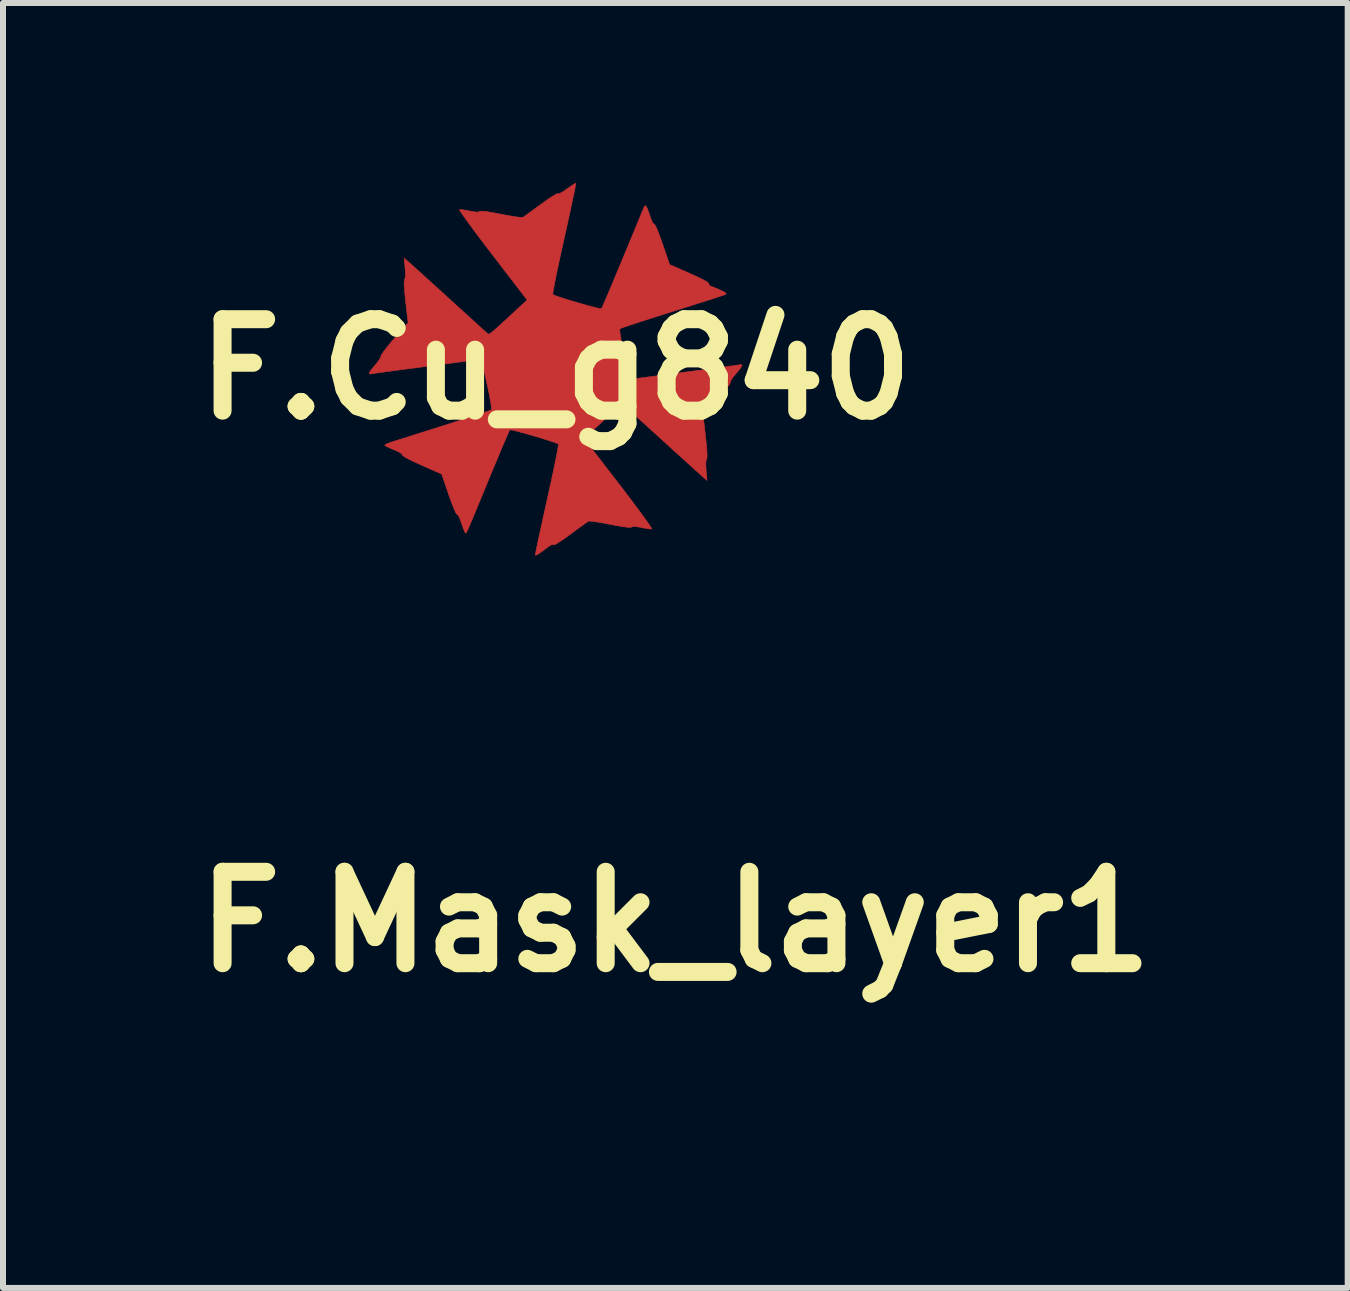
<source format=kicad_pcb>
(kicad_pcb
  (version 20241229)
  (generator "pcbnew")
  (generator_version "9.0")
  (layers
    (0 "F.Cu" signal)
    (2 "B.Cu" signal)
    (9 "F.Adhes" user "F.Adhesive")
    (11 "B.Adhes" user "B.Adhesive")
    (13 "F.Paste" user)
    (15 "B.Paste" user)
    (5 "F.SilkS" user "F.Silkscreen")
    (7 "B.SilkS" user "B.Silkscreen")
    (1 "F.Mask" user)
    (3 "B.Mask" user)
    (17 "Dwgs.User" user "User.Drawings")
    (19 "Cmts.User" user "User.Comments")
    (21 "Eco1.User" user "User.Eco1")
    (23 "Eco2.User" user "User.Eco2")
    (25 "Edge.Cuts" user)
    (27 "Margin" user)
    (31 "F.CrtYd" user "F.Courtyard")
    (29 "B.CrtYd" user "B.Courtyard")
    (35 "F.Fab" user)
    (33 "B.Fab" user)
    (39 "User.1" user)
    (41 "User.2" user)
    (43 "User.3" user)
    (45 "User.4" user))
  (footprint "F.Mask_layer1"
    (layer "F.Cu")
    (at 8.208 12.317)
    (property "Reference" "F.Mask_layer1" (at 0 0 0) (layer "F.SilkS") (effects (font (size 1.524 1.524) (thickness 0.3))))
    (attr through_hole)
    (fp_poly (pts (xy 0.335 -3.091) (xy 0.331 -3.064) (xy 0.323 -3.018) (xy 0.309 -2.948) (xy 0.289 -2.854) (xy 0.263 -2.731) (xy 0.23 -2.578) (xy 0.189 -2.392) (xy 0.14 -2.169) (xy 0.086 -1.926) (xy 0.051 -1.764) (xy 0.02 -1.616) (xy -0.007 -1.485) (xy -0.027 -1.379) (xy -0.041 -1.3) (xy -0.047 -1.255) (xy -0.046 -1.246) (xy -0.018 -1.233) (xy 0.042 -1.211) (xy 0.126 -1.183) (xy 0.226 -1.152) (xy 0.336 -1.119) (xy 0.447 -1.087) (xy 0.553 -1.057) (xy 0.644 -1.033) (xy 0.715 -1.016) (xy 0.756 -1.009) (xy 0.764 -1.009) (xy 0.776 -1.033) (xy 0.803 -1.094) (xy 0.845 -1.191) (xy 0.901 -1.322) (xy 0.97 -1.487) (xy 1.052 -1.682) (xy 1.145 -1.906) (xy 1.25 -2.159) (xy 1.365 -2.437) (xy 1.475 -2.704) (xy 1.491 -2.727) (xy 1.508 -2.72) (xy 1.529 -2.679) (xy 1.557 -2.601) (xy 1.567 -2.571) (xy 1.596 -2.488) (xy 1.621 -2.437) (xy 1.64 -2.421) (xy 1.641 -2.421) (xy 1.657 -2.405) (xy 1.684 -2.351) (xy 1.72 -2.262) (xy 1.765 -2.139) (xy 1.783 -2.088) (xy 1.899 -1.746) (xy 2.231 -1.6) (xy 2.37 -1.537) (xy 2.47 -1.487) (xy 2.531 -1.452) (xy 2.553 -1.429) (xy 2.553 -1.426) (xy 2.561 -1.4) (xy 2.586 -1.385) (xy 2.628 -1.37) (xy 2.693 -1.343) (xy 2.748 -1.319) (xy 2.814 -1.287) (xy 2.842 -1.265) (xy 2.836 -1.25) (xy 2.836 -1.25) (xy 2.809 -1.24) (xy 2.747 -1.219) (xy 2.653 -1.188) (xy 2.532 -1.149) (xy 2.387 -1.103) (xy 2.224 -1.051) (xy 2.047 -0.995) (xy 1.947 -0.963) (xy 1.765 -0.906) (xy 1.594 -0.851) (xy 1.441 -0.802) (xy 1.308 -0.759) (xy 1.201 -0.723) (xy 1.123 -0.696) (xy 1.079 -0.68) (xy 1.071 -0.676) (xy 1.069 -0.649) (xy 1.076 -0.586) (xy 1.092 -0.491) (xy 1.116 -0.369) (xy 1.143 -0.243) (xy 1.235 0.172) (xy 1.311 0.16) (xy 1.348 0.155) (xy 1.423 0.144) (xy 1.529 0.13) (xy 1.662 0.113) (xy 1.817 0.092) (xy 1.988 0.07) (xy 2.171 0.046) (xy 2.201 0.042) (xy 2.384 0.018) (xy 2.555 -0.004) (xy 2.709 -0.025) (xy 2.842 -0.043) (xy 2.948 -0.057) (xy 3.022 -0.068) (xy 3.061 -0.074) (xy 3.064 -0.075) (xy 3.098 -0.078) (xy 3.107 -0.065) (xy 3.091 -0.032) (xy 3.046 0.025) (xy 3.006 0.071) (xy 2.957 0.132) (xy 2.923 0.184) (xy 2.911 0.216) (xy 2.912 0.219) (xy 2.902 0.243) (xy 2.868 0.293) (xy 2.815 0.362) (xy 2.747 0.446) (xy 2.691 0.511) (xy 2.459 0.775) (xy 2.499 1.122) (xy 2.514 1.268) (xy 2.523 1.376) (xy 2.525 1.449) (xy 2.52 1.488) (xy 2.516 1.495) (xy 2.505 1.535) (xy 2.504 1.611) (xy 2.509 1.687) (xy 2.524 1.852) (xy 2.475 1.81) (xy 2.448 1.786) (xy 2.394 1.738) (xy 2.317 1.668) (xy 2.219 1.579) (xy 2.104 1.475) (xy 1.977 1.36) (xy 1.841 1.236) (xy 1.811 1.208) (xy 1.673 1.083) (xy 1.544 0.966) (xy 1.427 0.86) (xy 1.326 0.768) (xy 1.245 0.694) (xy 1.186 0.641) (xy 1.155 0.612) (xy 1.152 0.609) (xy 1.14 0.598) (xy 1.129 0.589) (xy 1.117 0.587) (xy 1.1 0.592) (xy 1.074 0.609) (xy 1.037 0.639) (xy 0.983 0.685) (xy 0.911 0.75) (xy 0.817 0.837) (xy 0.697 0.948) (xy 0.602 1.037) (xy 0.473 1.156) (xy 1.051 1.906) (xy 1.17 2.061) (xy 1.279 2.205) (xy 1.376 2.336) (xy 1.46 2.449) (xy 1.526 2.542) (xy 1.573 2.61) (xy 1.599 2.651) (xy 1.602 2.662) (xy 1.569 2.661) (xy 1.508 2.652) (xy 1.432 2.638) (xy 1.428 2.637) (xy 1.341 2.622) (xy 1.289 2.62) (xy 1.267 2.63) (xy 1.244 2.636) (xy 1.187 2.632) (xy 1.094 2.619) (xy 0.963 2.595) (xy 0.912 2.585) (xy 0.796 2.563) (xy 0.694 2.546) (xy 0.612 2.535) (xy 0.56 2.531) (xy 0.545 2.533) (xy 0.519 2.55) (xy 0.467 2.588) (xy 0.392 2.642) (xy 0.303 2.707) (xy 0.245 2.75) (xy 0.14 2.826) (xy 0.056 2.882) (xy -0.003 2.917) (xy -0.034 2.928) (xy -0.037 2.925) (xy -0.058 2.919) (xy -0.104 2.945) (xy -0.124 2.959) (xy -0.217 3.029) (xy -0.285 3.076) (xy -0.327 3.099) (xy -0.339 3.097) (xy -0.335 3.076) (xy -0.326 3.027) (xy -0.31 2.949) (xy -0.287 2.839) (xy -0.256 2.697) (xy -0.217 2.519) (xy -0.17 2.305) (xy -0.114 2.052) (xy -0.086 1.926) (xy -0.051 1.764) (xy -0.02 1.616) (xy 0.007 1.485) (xy 0.027 1.379) (xy 0.041 1.3) (xy 0.047 1.255) (xy 0.046 1.246) (xy 0.018 1.232) (xy -0.042 1.211) (xy -0.126 1.183) (xy -0.227 1.151) (xy -0.336 1.118) (xy -0.448 1.086) (xy -0.553 1.057) (xy -0.644 1.032) (xy -0.714 1.015) (xy -0.756 1.008) (xy -0.763 1.009) (xy -0.775 1.032) (xy -0.801 1.09) (xy -0.839 1.177) (xy -0.888 1.29) (xy -0.944 1.424) (xy -1.007 1.575) (xy -1.065 1.714) (xy -1.158 1.94) (xy -1.236 2.129) (xy -1.301 2.285) (xy -1.353 2.412) (xy -1.395 2.512) (xy -1.427 2.588) (xy -1.452 2.644) (xy -1.469 2.684) (xy -1.482 2.708) (xy -1.49 2.723) (xy -1.495 2.729) (xy -1.499 2.73) (xy -1.501 2.731) (xy -1.514 2.712) (xy -1.535 2.662) (xy -1.56 2.591) (xy -1.567 2.571) (xy -1.595 2.491) (xy -1.62 2.439) (xy -1.639 2.42) (xy -1.641 2.421) (xy -1.656 2.405) (xy -1.682 2.352) (xy -1.717 2.266) (xy -1.76 2.151) (xy -1.782 2.088) (xy -1.899 1.746) (xy -2.231 1.6) (xy -2.358 1.542) (xy -2.456 1.494) (xy -2.522 1.457) (xy -2.552 1.433) (xy -2.553 1.428) (xy -2.567 1.407) (xy -2.615 1.377) (xy -2.691 1.343) (xy -2.763 1.312) (xy -2.819 1.286) (xy -2.847 1.269) (xy -2.849 1.267) (xy -2.835 1.253) (xy -2.791 1.233) (xy -2.726 1.21) (xy -2.539 1.152) (xy -2.347 1.091) (xy -2.154 1.03) (xy -1.963 0.97) (xy -1.781 0.912) (xy -1.61 0.856) (xy -1.455 0.806) (xy -1.32 0.762) (xy -1.21 0.726) (xy -1.129 0.698) (xy -1.082 0.681) (xy -1.071 0.676) (xy -1.069 0.649) (xy -1.076 0.586) (xy -1.092 0.491) (xy -1.116 0.369) (xy -1.143 0.243) (xy -1.235 -0.172) (xy -1.311 -0.16) (xy -1.348 -0.155) (xy -1.423 -0.144) (xy -1.529 -0.13) (xy -1.662 -0.113) (xy -1.817 -0.092) (xy -1.988 -0.07) (xy -2.171 -0.046) (xy -2.201 -0.042) (xy -2.384 -0.018) (xy -2.555 0.004) (xy -2.709 0.025) (xy -2.842 0.043) (xy -2.948 0.057) (xy -3.022 0.068) (xy -3.061 0.074) (xy -3.064 0.075) (xy -3.098 0.078) (xy -3.107 0.065) (xy -3.091 0.032) (xy -3.046 -0.025) (xy -3.006 -0.071) (xy -2.957 -0.132) (xy -2.923 -0.184) (xy -2.911 -0.216) (xy -2.912 -0.219) (xy -2.902 -0.243) (xy -2.868 -0.293) (xy -2.815 -0.362) (xy -2.747 -0.446) (xy -2.691 -0.511) (xy -2.459 -0.775) (xy -2.499 -1.122) (xy -2.514 -1.268) (xy -2.523 -1.376) (xy -2.525 -1.449) (xy -2.52 -1.488) (xy -2.516 -1.495) (xy -2.505 -1.535) (xy -2.504 -1.611) (xy -2.509 -1.687) (xy -2.524 -1.852) (xy -2.475 -1.81) (xy -2.448 -1.786) (xy -2.394 -1.738) (xy -2.316 -1.668) (xy -2.218 -1.579) (xy -2.104 -1.475) (xy -1.977 -1.36) (xy -1.84 -1.236) (xy -1.81 -1.208) (xy -1.673 -1.083) (xy -1.544 -0.966) (xy -1.427 -0.86) (xy -1.326 -0.768) (xy -1.245 -0.694) (xy -1.186 -0.641) (xy -1.155 -0.612) (xy -1.152 -0.61) (xy -1.14 -0.598) (xy -1.129 -0.589) (xy -1.117 -0.587) (xy -1.1 -0.592) (xy -1.075 -0.609) (xy -1.037 -0.639) (xy -0.984 -0.685) (xy -0.912 -0.75) (xy -0.818 -0.837) (xy -0.698 -0.947) (xy -0.602 -1.037) (xy -0.473 -1.155) (xy -1.05 -1.906) (xy -1.169 -2.061) (xy -1.278 -2.205) (xy -1.375 -2.336) (xy -1.458 -2.449) (xy -1.525 -2.542) (xy -1.572 -2.61) (xy -1.598 -2.651) (xy -1.601 -2.662) (xy -1.569 -2.661) (xy -1.508 -2.653) (xy -1.432 -2.638) (xy -1.428 -2.637) (xy -1.341 -2.622) (xy -1.289 -2.62) (xy -1.267 -2.63) (xy -1.244 -2.636) (xy -1.187 -2.632) (xy -1.094 -2.619) (xy -0.963 -2.595) (xy -0.912 -2.585) (xy -0.796 -2.563) (xy -0.694 -2.546) (xy -0.612 -2.535) (xy -0.56 -2.531) (xy -0.545 -2.532) (xy -0.519 -2.55) (xy -0.467 -2.588) (xy -0.392 -2.642) (xy -0.304 -2.707) (xy -0.245 -2.75) (xy -0.148 -2.819) (xy -0.066 -2.874) (xy -0.005 -2.912) (xy 0.03 -2.928) (xy 0.037 -2.926) (xy 0.057 -2.925) (xy 0.104 -2.949) (xy 0.172 -2.994) (xy 0.187 -3.005) (xy 0.252 -3.051) (xy 0.303 -3.085) (xy 0.332 -3.101) (xy 0.335 -3.101) (xy 0.335 -3.091)) (stroke (width 0.01) (type solid)) (fill yes) (layer "F.Mask")))
  (footprint "F.Cu_g840"
    (layer "F.Cu")
    (at 6.212 3.106)
    (property "Reference" "F.Cu_g840" (at 0 0 0) (layer "F.SilkS") (effects (font (size 1.524 1.524) (thickness 0.3))))
    (attr through_hole)
    (fp_poly (pts (xy 0.335 -3.091) (xy 0.331 -3.064) (xy 0.323 -3.018) (xy 0.309 -2.948) (xy 0.289 -2.854) (xy 0.263 -2.731) (xy 0.23 -2.578) (xy 0.189 -2.392) (xy 0.14 -2.169) (xy 0.086 -1.926) (xy 0.051 -1.764) (xy 0.02 -1.616) (xy -0.007 -1.485) (xy -0.027 -1.379) (xy -0.041 -1.3) (xy -0.047 -1.255) (xy -0.046 -1.246) (xy -0.018 -1.233) (xy 0.042 -1.211) (xy 0.126 -1.183) (xy 0.226 -1.152) (xy 0.336 -1.119) (xy 0.447 -1.087) (xy 0.553 -1.057) (xy 0.644 -1.033) (xy 0.715 -1.016) (xy 0.756 -1.009) (xy 0.764 -1.009) (xy 0.776 -1.033) (xy 0.803 -1.094) (xy 0.845 -1.191) (xy 0.901 -1.322) (xy 0.97 -1.487) (xy 1.052 -1.682) (xy 1.145 -1.906) (xy 1.25 -2.159) (xy 1.365 -2.437) (xy 1.475 -2.704) (xy 1.491 -2.727) (xy 1.508 -2.72) (xy 1.529 -2.679) (xy 1.557 -2.601) (xy 1.567 -2.571) (xy 1.596 -2.488) (xy 1.621 -2.437) (xy 1.64 -2.421) (xy 1.641 -2.421) (xy 1.657 -2.405) (xy 1.684 -2.351) (xy 1.72 -2.262) (xy 1.765 -2.139) (xy 1.783 -2.088) (xy 1.899 -1.746) (xy 2.231 -1.6) (xy 2.37 -1.537) (xy 2.47 -1.487) (xy 2.531 -1.452) (xy 2.553 -1.429) (xy 2.553 -1.426) (xy 2.561 -1.4) (xy 2.586 -1.385) (xy 2.628 -1.37) (xy 2.693 -1.343) (xy 2.748 -1.319) (xy 2.814 -1.287) (xy 2.842 -1.265) (xy 2.836 -1.25) (xy 2.836 -1.25) (xy 2.809 -1.24) (xy 2.747 -1.219) (xy 2.653 -1.188) (xy 2.532 -1.149) (xy 2.387 -1.103) (xy 2.224 -1.051) (xy 2.047 -0.995) (xy 1.947 -0.963) (xy 1.765 -0.906) (xy 1.594 -0.851) (xy 1.441 -0.802) (xy 1.308 -0.759) (xy 1.201 -0.723) (xy 1.123 -0.696) (xy 1.079 -0.68) (xy 1.071 -0.676) (xy 1.069 -0.649) (xy 1.076 -0.586) (xy 1.092 -0.491) (xy 1.116 -0.369) (xy 1.143 -0.243) (xy 1.235 0.172) (xy 1.311 0.16) (xy 1.348 0.155) (xy 1.423 0.144) (xy 1.529 0.13) (xy 1.662 0.113) (xy 1.817 0.092) (xy 1.988 0.07) (xy 2.171 0.046) (xy 2.201 0.042) (xy 2.384 0.018) (xy 2.555 -0.004) (xy 2.709 -0.025) (xy 2.842 -0.043) (xy 2.948 -0.057) (xy 3.022 -0.068) (xy 3.061 -0.074) (xy 3.064 -0.075) (xy 3.098 -0.078) (xy 3.107 -0.065) (xy 3.091 -0.032) (xy 3.046 0.025) (xy 3.006 0.071) (xy 2.957 0.132) (xy 2.923 0.184) (xy 2.911 0.216) (xy 2.912 0.219) (xy 2.902 0.243) (xy 2.868 0.293) (xy 2.815 0.362) (xy 2.747 0.446) (xy 2.691 0.511) (xy 2.459 0.775) (xy 2.499 1.122) (xy 2.514 1.268) (xy 2.523 1.376) (xy 2.525 1.449) (xy 2.52 1.488) (xy 2.516 1.495) (xy 2.505 1.535) (xy 2.504 1.611) (xy 2.509 1.687) (xy 2.524 1.852) (xy 2.475 1.81) (xy 2.448 1.786) (xy 2.394 1.738) (xy 2.317 1.668) (xy 2.219 1.579) (xy 2.104 1.475) (xy 1.977 1.36) (xy 1.841 1.236) (xy 1.811 1.208) (xy 1.673 1.083) (xy 1.544 0.966) (xy 1.427 0.86) (xy 1.326 0.768) (xy 1.245 0.694) (xy 1.186 0.641) (xy 1.155 0.612) (xy 1.152 0.609) (xy 1.14 0.598) (xy 1.129 0.589) (xy 1.117 0.587) (xy 1.1 0.592) (xy 1.074 0.609) (xy 1.037 0.639) (xy 0.983 0.685) (xy 0.911 0.75) (xy 0.817 0.837) (xy 0.697 0.948) (xy 0.602 1.037) (xy 0.473 1.156) (xy 1.051 1.906) (xy 1.17 2.061) (xy 1.279 2.205) (xy 1.376 2.336) (xy 1.46 2.449) (xy 1.526 2.542) (xy 1.573 2.61) (xy 1.599 2.651) (xy 1.602 2.662) (xy 1.569 2.661) (xy 1.508 2.652) (xy 1.432 2.638) (xy 1.428 2.637) (xy 1.341 2.622) (xy 1.289 2.62) (xy 1.267 2.63) (xy 1.244 2.636) (xy 1.187 2.632) (xy 1.094 2.619) (xy 0.963 2.595) (xy 0.912 2.585) (xy 0.796 2.563) (xy 0.694 2.546) (xy 0.612 2.535) (xy 0.56 2.531) (xy 0.545 2.533) (xy 0.519 2.55) (xy 0.467 2.588) (xy 0.392 2.642) (xy 0.303 2.707) (xy 0.245 2.75) (xy 0.14 2.826) (xy 0.056 2.882) (xy -0.003 2.917) (xy -0.034 2.928) (xy -0.037 2.925) (xy -0.058 2.919) (xy -0.104 2.945) (xy -0.124 2.959) (xy -0.217 3.029) (xy -0.285 3.076) (xy -0.327 3.099) (xy -0.339 3.097) (xy -0.335 3.076) (xy -0.326 3.027) (xy -0.31 2.949) (xy -0.287 2.839) (xy -0.256 2.697) (xy -0.217 2.519) (xy -0.17 2.305) (xy -0.114 2.052) (xy -0.086 1.926) (xy -0.051 1.764) (xy -0.02 1.616) (xy 0.007 1.485) (xy 0.027 1.379) (xy 0.041 1.3) (xy 0.047 1.255) (xy 0.046 1.246) (xy 0.018 1.232) (xy -0.042 1.211) (xy -0.126 1.183) (xy -0.227 1.151) (xy -0.336 1.118) (xy -0.448 1.086) (xy -0.553 1.057) (xy -0.644 1.032) (xy -0.714 1.015) (xy -0.756 1.008) (xy -0.763 1.009) (xy -0.775 1.032) (xy -0.801 1.09) (xy -0.839 1.177) (xy -0.888 1.29) (xy -0.944 1.424) (xy -1.007 1.575) (xy -1.065 1.714) (xy -1.158 1.94) (xy -1.236 2.129) (xy -1.301 2.285) (xy -1.353 2.412) (xy -1.395 2.512) (xy -1.427 2.588) (xy -1.452 2.644) (xy -1.469 2.684) (xy -1.482 2.708) (xy -1.49 2.723) (xy -1.495 2.729) (xy -1.499 2.73) (xy -1.501 2.731) (xy -1.514 2.712) (xy -1.535 2.662) (xy -1.56 2.591) (xy -1.567 2.571) (xy -1.595 2.491) (xy -1.62 2.439) (xy -1.639 2.42) (xy -1.641 2.421) (xy -1.656 2.405) (xy -1.682 2.352) (xy -1.717 2.266) (xy -1.76 2.151) (xy -1.782 2.088) (xy -1.899 1.746) (xy -2.231 1.6) (xy -2.358 1.542) (xy -2.456 1.494) (xy -2.522 1.457) (xy -2.552 1.433) (xy -2.553 1.428) (xy -2.567 1.407) (xy -2.615 1.377) (xy -2.691 1.343) (xy -2.763 1.312) (xy -2.819 1.286) (xy -2.847 1.269) (xy -2.849 1.267) (xy -2.835 1.253) (xy -2.791 1.233) (xy -2.726 1.21) (xy -2.539 1.152) (xy -2.347 1.091) (xy -2.154 1.03) (xy -1.963 0.97) (xy -1.781 0.912) (xy -1.61 0.856) (xy -1.455 0.806) (xy -1.32 0.762) (xy -1.21 0.726) (xy -1.129 0.698) (xy -1.082 0.681) (xy -1.071 0.676) (xy -1.069 0.649) (xy -1.076 0.586) (xy -1.092 0.491) (xy -1.116 0.369) (xy -1.143 0.243) (xy -1.235 -0.172) (xy -1.311 -0.16) (xy -1.348 -0.155) (xy -1.423 -0.144) (xy -1.529 -0.13) (xy -1.662 -0.113) (xy -1.817 -0.092) (xy -1.988 -0.07) (xy -2.171 -0.046) (xy -2.201 -0.042) (xy -2.384 -0.018) (xy -2.555 0.004) (xy -2.709 0.025) (xy -2.842 0.043) (xy -2.948 0.057) (xy -3.022 0.068) (xy -3.061 0.074) (xy -3.064 0.075) (xy -3.098 0.078) (xy -3.107 0.065) (xy -3.091 0.032) (xy -3.046 -0.025) (xy -3.006 -0.071) (xy -2.957 -0.132) (xy -2.923 -0.184) (xy -2.911 -0.216) (xy -2.912 -0.219) (xy -2.902 -0.243) (xy -2.868 -0.293) (xy -2.815 -0.362) (xy -2.747 -0.446) (xy -2.691 -0.511) (xy -2.459 -0.775) (xy -2.499 -1.122) (xy -2.514 -1.268) (xy -2.523 -1.376) (xy -2.525 -1.449) (xy -2.52 -1.488) (xy -2.516 -1.495) (xy -2.505 -1.535) (xy -2.504 -1.611) (xy -2.509 -1.687) (xy -2.524 -1.852) (xy -2.475 -1.81) (xy -2.448 -1.786) (xy -2.394 -1.738) (xy -2.316 -1.668) (xy -2.218 -1.579) (xy -2.104 -1.475) (xy -1.977 -1.36) (xy -1.84 -1.236) (xy -1.81 -1.208) (xy -1.673 -1.083) (xy -1.544 -0.966) (xy -1.427 -0.86) (xy -1.326 -0.768) (xy -1.245 -0.694) (xy -1.186 -0.641) (xy -1.155 -0.612) (xy -1.152 -0.61) (xy -1.14 -0.598) (xy -1.129 -0.589) (xy -1.117 -0.587) (xy -1.1 -0.592) (xy -1.075 -0.609) (xy -1.037 -0.639) (xy -0.984 -0.685) (xy -0.912 -0.75) (xy -0.818 -0.837) (xy -0.698 -0.947) (xy -0.602 -1.037) (xy -0.473 -1.155) (xy -1.05 -1.906) (xy -1.169 -2.061) (xy -1.278 -2.205) (xy -1.375 -2.336) (xy -1.458 -2.449) (xy -1.525 -2.542) (xy -1.572 -2.61) (xy -1.598 -2.651) (xy -1.601 -2.662) (xy -1.569 -2.661) (xy -1.508 -2.653) (xy -1.432 -2.638) (xy -1.428 -2.637) (xy -1.341 -2.622) (xy -1.289 -2.62) (xy -1.267 -2.63) (xy -1.244 -2.636) (xy -1.187 -2.632) (xy -1.094 -2.619) (xy -0.963 -2.595) (xy -0.912 -2.585) (xy -0.796 -2.563) (xy -0.694 -2.546) (xy -0.612 -2.535) (xy -0.56 -2.531) (xy -0.545 -2.532) (xy -0.519 -2.55) (xy -0.467 -2.588) (xy -0.392 -2.642) (xy -0.304 -2.707) (xy -0.245 -2.75) (xy -0.148 -2.819) (xy -0.066 -2.874) (xy -0.005 -2.912) (xy 0.03 -2.928) (xy 0.037 -2.926) (xy 0.057 -2.925) (xy 0.104 -2.949) (xy 0.172 -2.994) (xy 0.187 -3.005) (xy 0.252 -3.051) (xy 0.303 -3.085) (xy 0.332 -3.101) (xy 0.335 -3.101) (xy 0.335 -3.091)) (stroke (width 0.01) (type solid)) (fill yes) (layer "F.Cu")))
  (gr_rect
    (start -3 -3)
    (end 19.416 18.42)
    (stroke (width 0.1) (type default))
    (fill no)
    (layer "Edge.Cuts")))
</source>
